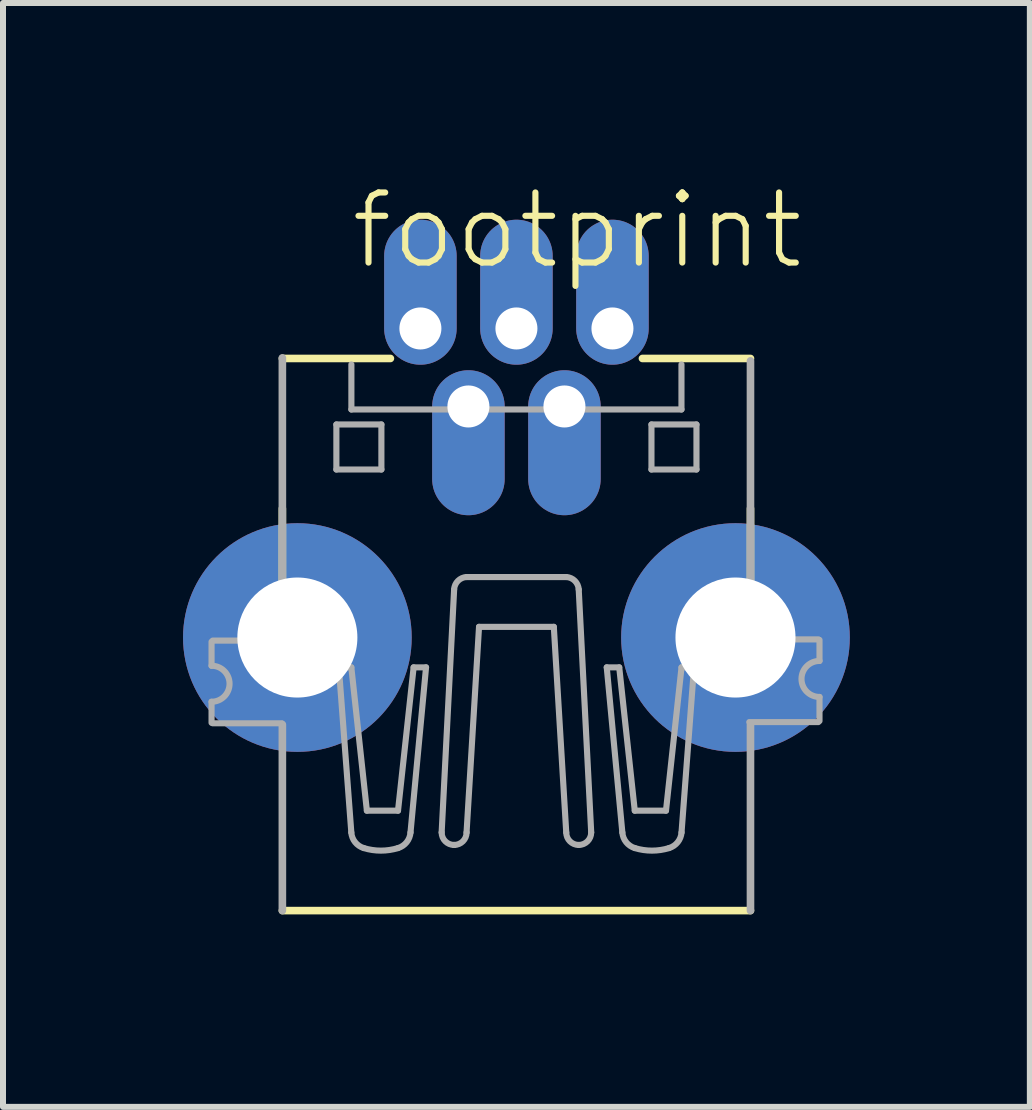
<source format=kicad_pcb>
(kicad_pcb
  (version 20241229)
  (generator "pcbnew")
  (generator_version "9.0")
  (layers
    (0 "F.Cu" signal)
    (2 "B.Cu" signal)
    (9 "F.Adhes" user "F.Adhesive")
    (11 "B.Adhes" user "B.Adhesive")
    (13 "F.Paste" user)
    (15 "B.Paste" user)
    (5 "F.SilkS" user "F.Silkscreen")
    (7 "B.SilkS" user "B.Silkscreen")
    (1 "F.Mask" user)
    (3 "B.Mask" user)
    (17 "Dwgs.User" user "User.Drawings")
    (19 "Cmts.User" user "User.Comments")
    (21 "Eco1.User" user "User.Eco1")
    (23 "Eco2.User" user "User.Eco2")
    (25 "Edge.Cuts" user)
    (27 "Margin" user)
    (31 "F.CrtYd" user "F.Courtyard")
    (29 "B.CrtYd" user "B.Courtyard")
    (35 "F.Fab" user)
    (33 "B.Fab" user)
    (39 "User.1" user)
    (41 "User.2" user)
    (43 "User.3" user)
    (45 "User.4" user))
  (footprint "footprint"
    (layer "F.Cu")
    (at 5.555 12.143)
    (property "Reference" "footprint" (at -2.81 -10.67 0) (layer "F.SilkS") (effects (font (size 1.168 1.168) (thickness 0.102)) (justify left bottom)))
    (fp_line (start -3.9 -9.22) (end -2.1 -9.22) (stroke (width 0.127) (type solid)) (layer "F.SilkS"))
    (fp_line (start -3.9 -4.02) (end -3.9 -6.72) (stroke (width 0.127) (type solid)) (layer "F.SilkS"))
    (fp_line (start -3.9 -0.02) (end 3.9 -0.02) (stroke (width 0.127) (type solid)) (layer "F.SilkS"))
    (fp_line (start -1.038 -1.114) (end -1.038 -1.114) (stroke (width 0.102) (type solid)) (layer "F.SilkS"))
    (fp_line (start 2.1 -9.22) (end 3.9 -9.22) (stroke (width 0.127) (type solid)) (layer "F.SilkS"))
    (fp_line (start 3.9 -6.72) (end 3.9 -4.62) (stroke (width 0.127) (type solid)) (layer "F.SilkS"))
    (fp_line (start -5.08 -4.5) (end -5.08 -4.1) (stroke (width 0.102) (type solid)) (layer "F.Fab"))
    (fp_line (start -5.08 -3.15) (end -5.08 -3.5) (stroke (width 0.102) (type solid)) (layer "F.Fab"))
    (fp_line (start -5.06 -4.519) (end -3.91 -4.519) (stroke (width 0.102) (type solid)) (layer "F.Fab"))
    (fp_line (start -3.91 -3.141) (end -5.06 -3.141) (stroke (width 0.102) (type solid)) (layer "F.Fab"))
    (fp_line (start -3.9 -4.53) (end -3.9 -9.23) (stroke (width 0.127) (type solid)) (layer "F.Fab"))
    (fp_line (start -3.9 -0.02) (end -3.9 -3.12) (stroke (width 0.127) (type solid)) (layer "F.Fab"))
    (fp_line (start -3 -8.12) (end -2.25 -8.12) (stroke (width 0.102) (type solid)) (layer "F.Fab"))
    (fp_line (start -3 -7.37) (end -3 -8.12) (stroke (width 0.102) (type solid)) (layer "F.Fab"))
    (fp_line (start -2.959 -4.073) (end -2.751 -1.321) (stroke (width 0.102) (type solid)) (layer "F.Fab"))
    (fp_line (start -2.751 -4.073) (end -2.959 -4.073) (stroke (width 0.102) (type solid)) (layer "F.Fab"))
    (fp_line (start -2.75 -9.12) (end -2.75 -8.37) (stroke (width 0.102) (type solid)) (layer "F.Fab"))
    (fp_line (start -2.75 -8.37) (end 2.75 -8.37) (stroke (width 0.102) (type solid)) (layer "F.Fab"))
    (fp_line (start -2.492 -1.685) (end -2.751 -4.073) (stroke (width 0.102) (type solid)) (layer "F.Fab"))
    (fp_line (start -2.25 -8.12) (end -2.25 -7.37) (stroke (width 0.102) (type solid)) (layer "F.Fab"))
    (fp_line (start -2.25 -7.37) (end -3 -7.37) (stroke (width 0.102) (type solid)) (layer "F.Fab"))
    (fp_line (start -1.973 -1.685) (end -2.492 -1.685) (stroke (width 0.102) (type solid)) (layer "F.Fab"))
    (fp_line (start -1.765 -1.321) (end -1.506 -4.073) (stroke (width 0.102) (type solid)) (layer "F.Fab"))
    (fp_line (start -1.713 -4.073) (end -1.973 -1.685) (stroke (width 0.102) (type solid)) (layer "F.Fab"))
    (fp_line (start -1.506 -4.073) (end -1.713 -4.073) (stroke (width 0.102) (type solid)) (layer "F.Fab"))
    (fp_line (start -1.246 -1.322) (end -1.038 -5.371) (stroke (width 0.102) (type solid)) (layer "F.Fab"))
    (fp_line (start -0.831 -1.321) (end -0.623 -4.748) (stroke (width 0.102) (type solid)) (layer "F.Fab"))
    (fp_line (start 0.623 -4.748) (end -0.623 -4.748) (stroke (width 0.102) (type solid)) (layer "F.Fab"))
    (fp_line (start 0.83 -5.578) (end -0.831 -5.578) (stroke (width 0.102) (type solid)) (layer "F.Fab"))
    (fp_line (start 0.83 -1.321) (end 0.623 -4.748) (stroke (width 0.102) (type solid)) (layer "F.Fab"))
    (fp_line (start 1.246 -1.322) (end 1.038 -5.371) (stroke (width 0.102) (type solid)) (layer "F.Fab"))
    (fp_line (start 1.505 -4.073) (end 1.713 -4.073) (stroke (width 0.102) (type solid)) (layer "F.Fab"))
    (fp_line (start 1.713 -4.073) (end 1.972 -1.685) (stroke (width 0.102) (type solid)) (layer "F.Fab"))
    (fp_line (start 1.765 -1.321) (end 1.505 -4.073) (stroke (width 0.102) (type solid)) (layer "F.Fab"))
    (fp_line (start 1.972 -1.685) (end 2.492 -1.685) (stroke (width 0.102) (type solid)) (layer "F.Fab"))
    (fp_line (start 2.25 -8.12) (end 2.25 -7.37) (stroke (width 0.102) (type solid)) (layer "F.Fab"))
    (fp_line (start 2.25 -7.37) (end 3 -7.37) (stroke (width 0.102) (type solid)) (layer "F.Fab"))
    (fp_line (start 2.492 -1.685) (end 2.751 -4.073) (stroke (width 0.102) (type solid)) (layer "F.Fab"))
    (fp_line (start 2.75 -8.37) (end 2.75 -9.12) (stroke (width 0.102) (type solid)) (layer "F.Fab"))
    (fp_line (start 2.751 -4.073) (end 2.959 -4.073) (stroke (width 0.102) (type solid)) (layer "F.Fab"))
    (fp_line (start 2.959 -4.073) (end 2.751 -1.321) (stroke (width 0.102) (type solid)) (layer "F.Fab"))
    (fp_line (start 3 -8.12) (end 2.25 -8.12) (stroke (width 0.102) (type solid)) (layer "F.Fab"))
    (fp_line (start 3 -7.37) (end 3 -8.12) (stroke (width 0.102) (type solid)) (layer "F.Fab"))
    (fp_line (start 3.88 -4.539) (end 5.03 -4.539) (stroke (width 0.102) (type solid)) (layer "F.Fab"))
    (fp_line (start 3.9 -4.58) (end 3.9 -9.18) (stroke (width 0.127) (type solid)) (layer "F.Fab"))
    (fp_line (start 3.9 -0.02) (end 3.9 -3.12) (stroke (width 0.127) (type solid)) (layer "F.Fab"))
    (fp_line (start 5.03 -3.161) (end 3.88 -3.161) (stroke (width 0.102) (type solid)) (layer "F.Fab"))
    (fp_line (start 5.05 -4.53) (end 5.05 -4.18) (stroke (width 0.102) (type solid)) (layer "F.Fab"))
    (fp_line (start 5.05 -3.18) (end 5.05 -3.58) (stroke (width 0.102) (type solid)) (layer "F.Fab"))
    (fp_arc (start -5.08 -4.1) (mid -4.78 -3.8) (end -5.08 -3.5) (stroke (width 0.1016) (type solid)) (layer "F.Fab"))
    (fp_arc (start -2.543801 -1.061999) (mid -2.68766 -1.159703) (end -2.7514 -1.3215) (stroke (width 0.1016) (type solid)) (layer "F.Fab"))
    (fp_arc (start -1.972701 -1.062) (mid -2.25825 -1.019198) (end -2.5438 -1.062) (stroke (width 0.1016) (type solid)) (layer "F.Fab"))
    (fp_arc (start -1.7651 -1.321498) (mid -1.828841 -1.159702) (end -1.9727 -1.062) (stroke (width 0.1016) (type solid)) (layer "F.Fab"))
    (fp_arc (start -1.0383 -5.3708) (mid -0.974176 -5.514346) (end -0.830599 -5.578401) (stroke (width 0.1016) (type solid)) (layer "F.Fab"))
    (fp_arc (start -1.0383 -1.1139) (mid -1.185095 -1.174705) (end -1.2459 -1.3215) (stroke (width 0.1016) (type solid)) (layer "F.Fab"))
    (fp_arc (start -0.8306 -1.3215) (mid -0.891405 -1.174705) (end -1.0382 -1.1139) (stroke (width 0.1016) (type solid)) (layer "F.Fab"))
    (fp_arc (start 0.830398 -5.5784) (mid 0.97395 -5.514321) (end 1.0381 -5.3708) (stroke (width 0.1016) (type solid)) (layer "F.Fab"))
    (fp_arc (start 1.038 -1.1139) (mid 0.891205 -1.174705) (end 0.8304 -1.3215) (stroke (width 0.1016) (type solid)) (layer "F.Fab"))
    (fp_arc (start 1.2457 -1.3215) (mid 1.184895 -1.174705) (end 1.0381 -1.1139) (stroke (width 0.1016) (type solid)) (layer "F.Fab"))
    (fp_arc (start 1.9725 -1.062) (mid 1.828642 -1.159702) (end 1.7649 -1.321498) (stroke (width 0.1016) (type solid)) (layer "F.Fab"))
    (fp_arc (start 2.5436 -1.062) (mid 2.25805 -1.019197) (end 1.972501 -1.062) (stroke (width 0.1016) (type solid)) (layer "F.Fab"))
    (fp_arc (start 2.7512 -1.3215) (mid 2.687459 -1.159703) (end 2.543601 -1.061999) (stroke (width 0.1016) (type solid)) (layer "F.Fab"))
    (fp_arc (start 5.05 -3.58) (mid 4.75 -3.88) (end 5.05 -4.18) (stroke (width 0.1016) (type solid)) (layer "F.Fab"))
    (pad "D+" thru_hole oval (at 0 -9.72 90) (size 2.416 1.208) (drill 0.7 (offset 0.604 0)) (layers "*.Cu" "*.Mask"))
    (pad "D-" thru_hole oval (at -0.8 -8.42 270) (size 2.416 1.208) (drill 0.7 (offset 0.604 0)) (layers "*.Cu" "*.Mask"))
    (pad "GND" thru_hole oval (at 1.6 -9.72 90) (size 2.416 1.208) (drill 0.7 (offset 0.604 0)) (layers "*.Cu" "*.Mask"))
    (pad "GND1" thru_hole circle (at -3.65 -4.57) (size 3.81 3.81) (drill 2) (layers "*.Cu" "*.Mask"))
    (pad "GND4" thru_hole circle (at 3.65 -4.57) (size 3.81 3.81) (drill 2) (layers "*.Cu" "*.Mask"))
    (pad "ID" thru_hole oval (at 0.8 -8.42 270) (size 2.416 1.208) (drill 0.7 (offset 0.604 0)) (layers "*.Cu" "*.Mask"))
    (pad "VBUS" thru_hole oval (at -1.6 -9.72 90) (size 2.416 1.208) (drill 0.7 (offset 0.604 0)) (layers "*.Cu" "*.Mask")))
  (gr_rect
    (start -3 -3)
    (end 14.11 15.393)
    (stroke (width 0.1) (type default))
    (fill no)
    (layer "Edge.Cuts")))
</source>
